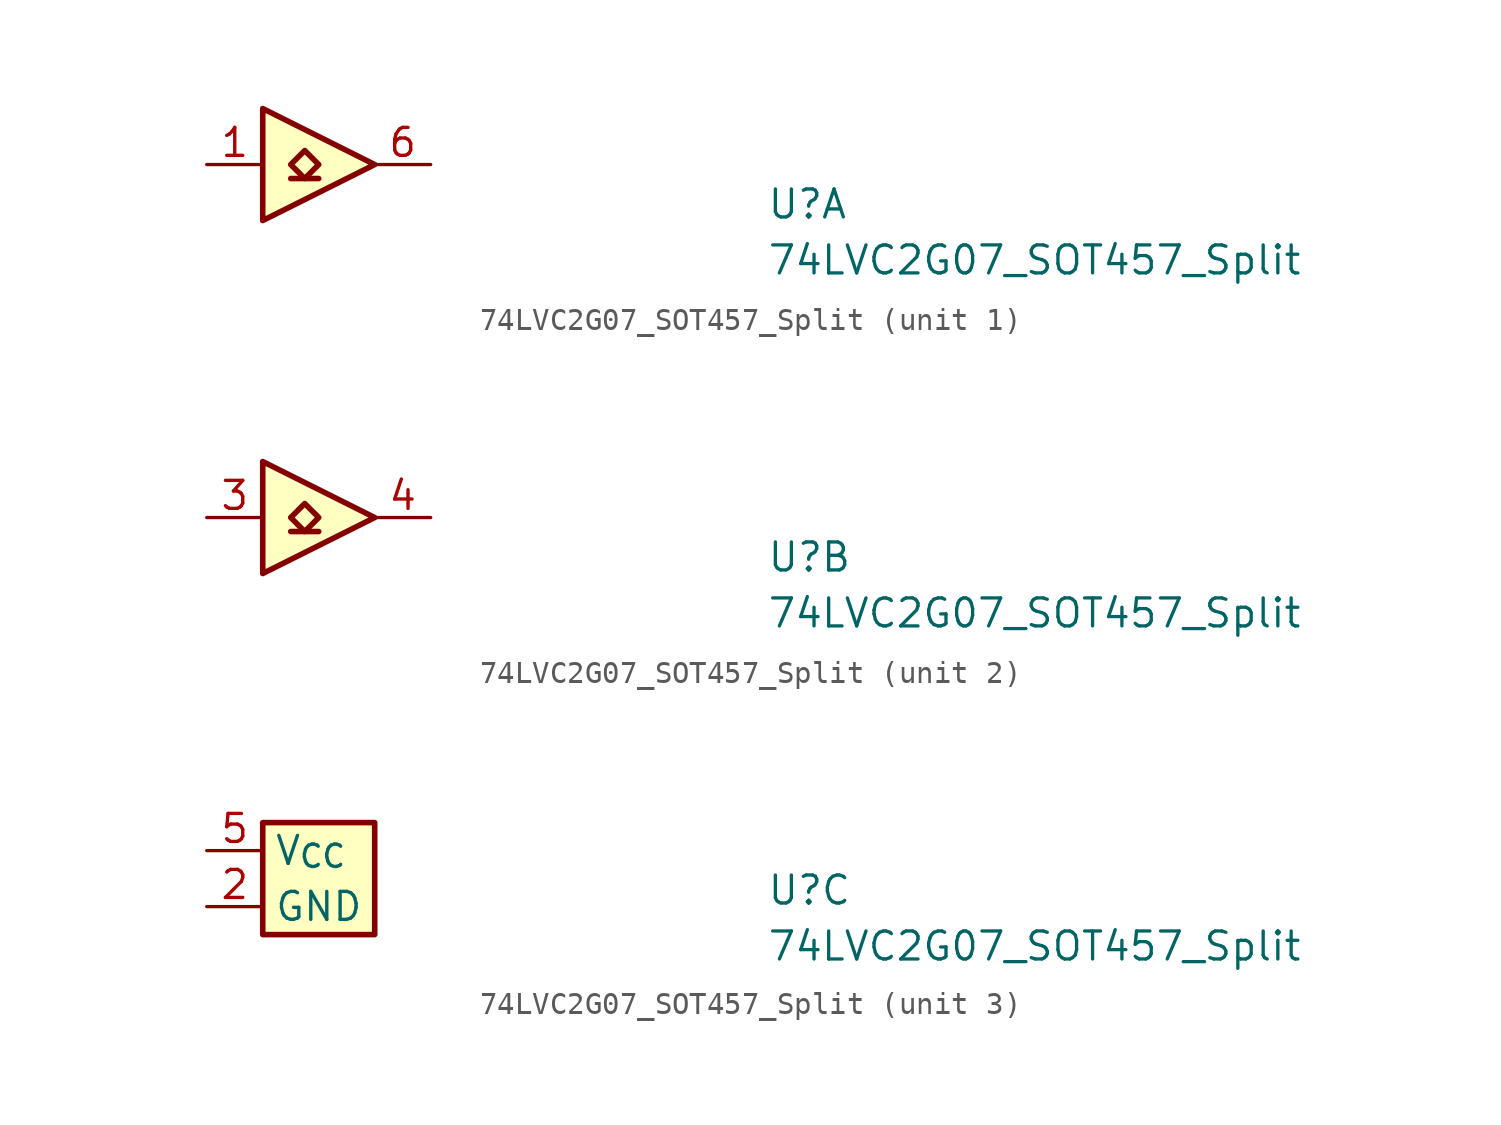
<source format=kicad_sym>
(kicad_symbol_lib
  (version 20211014)
  (generator kicad_symbol_editor)
  (symbol "74LVC2G07_SOT457_Split"
    (property "Reference" "U"
      (at 25.4 -2.54 0)
      (effects (font (size 1.27 1.27) (thickness 0.15)) (justify left bottom)))
    (property "Value" "74LVC2G07_SOT457_Split"
      (at 25.4 -5.08 0)
      (effects (font (size 1.27 1.27) (thickness 0.15)) (justify left bottom)))
    (property "ki_locked" ""
      (at 0 0 0)
      (effects (font (size 1.27 1.27))))
    (symbol "74LVC2G07_SOT457_Split_1_1"
      (polyline (pts (xy 3.81 -0.635) (xy 5.08 -0.635)) (stroke (width 0.254) (type default) (color 0 0 0 0)) (fill (type background)))
      (polyline (pts (xy 2.54 2.54) (xy 7.62 0) (xy 2.54 -2.54) (xy 2.54 2.54)) (stroke (width 0.254) (type default) (color 0 0 0 0)) (fill (type background)))
      (polyline (pts (xy 3.81 0) (xy 4.445 0.635) (xy 5.08 0) (xy 4.445 -0.635) (xy 3.81 0)) (stroke (width 0.254) (type default) (color 0 0 0 0)) (fill (type background)))
      (pin input line (at 0 0 0) (length 2.54) (name "~" (effects (font (size 1.27 1.27)))) (number "1" (effects (font (size 1.27 1.27)))))
      (pin output line (at 10.16 0 180) (length 2.54) (name "~" (effects (font (size 1.27 1.27)))) (number "6" (effects (font (size 1.27 1.27))))))
    (symbol "74LVC2G07_SOT457_Split_2_1"
      (polyline (pts (xy 3.81 -0.635) (xy 5.08 -0.635)) (stroke (width 0.254) (type default) (color 0 0 0 0)) (fill (type background)))
      (polyline (pts (xy 2.54 2.54) (xy 7.62 0) (xy 2.54 -2.54) (xy 2.54 2.54)) (stroke (width 0.254) (type default) (color 0 0 0 0)) (fill (type background)))
      (polyline (pts (xy 3.81 0) (xy 4.445 0.635) (xy 5.08 0) (xy 4.445 -0.635) (xy 3.81 0)) (stroke (width 0.254) (type default) (color 0 0 0 0)) (fill (type background)))
      (pin input line (at 0 0 0) (length 2.54) (name "~" (effects (font (size 1.27 1.27)))) (number "3" (effects (font (size 1.27 1.27)))))
      (pin output line (at 10.16 0 180) (length 2.54) (name "~" (effects (font (size 1.27 1.27)))) (number "4" (effects (font (size 1.27 1.27))))))
    (symbol "74LVC2G07_SOT457_Split_3_1"
      (rectangle (start 2.54 1.27) (end 7.62 -3.81) (stroke (width 0.254) (type default) (color 0 0 0 0)) (fill (type background)))
      (pin power_in line (at 0 -2.54 0) (length 2.54) (name "GND" (effects (font (size 1.27 1.27)))) (number "2" (effects (font (size 1.27 1.27)))))
      (pin power_in line (at 0 0 0) (length 2.54) (name "V_{CC}" (effects (font (size 1.27 1.27)))) (number "5" (effects (font (size 1.27 1.27))))))))
</source>
